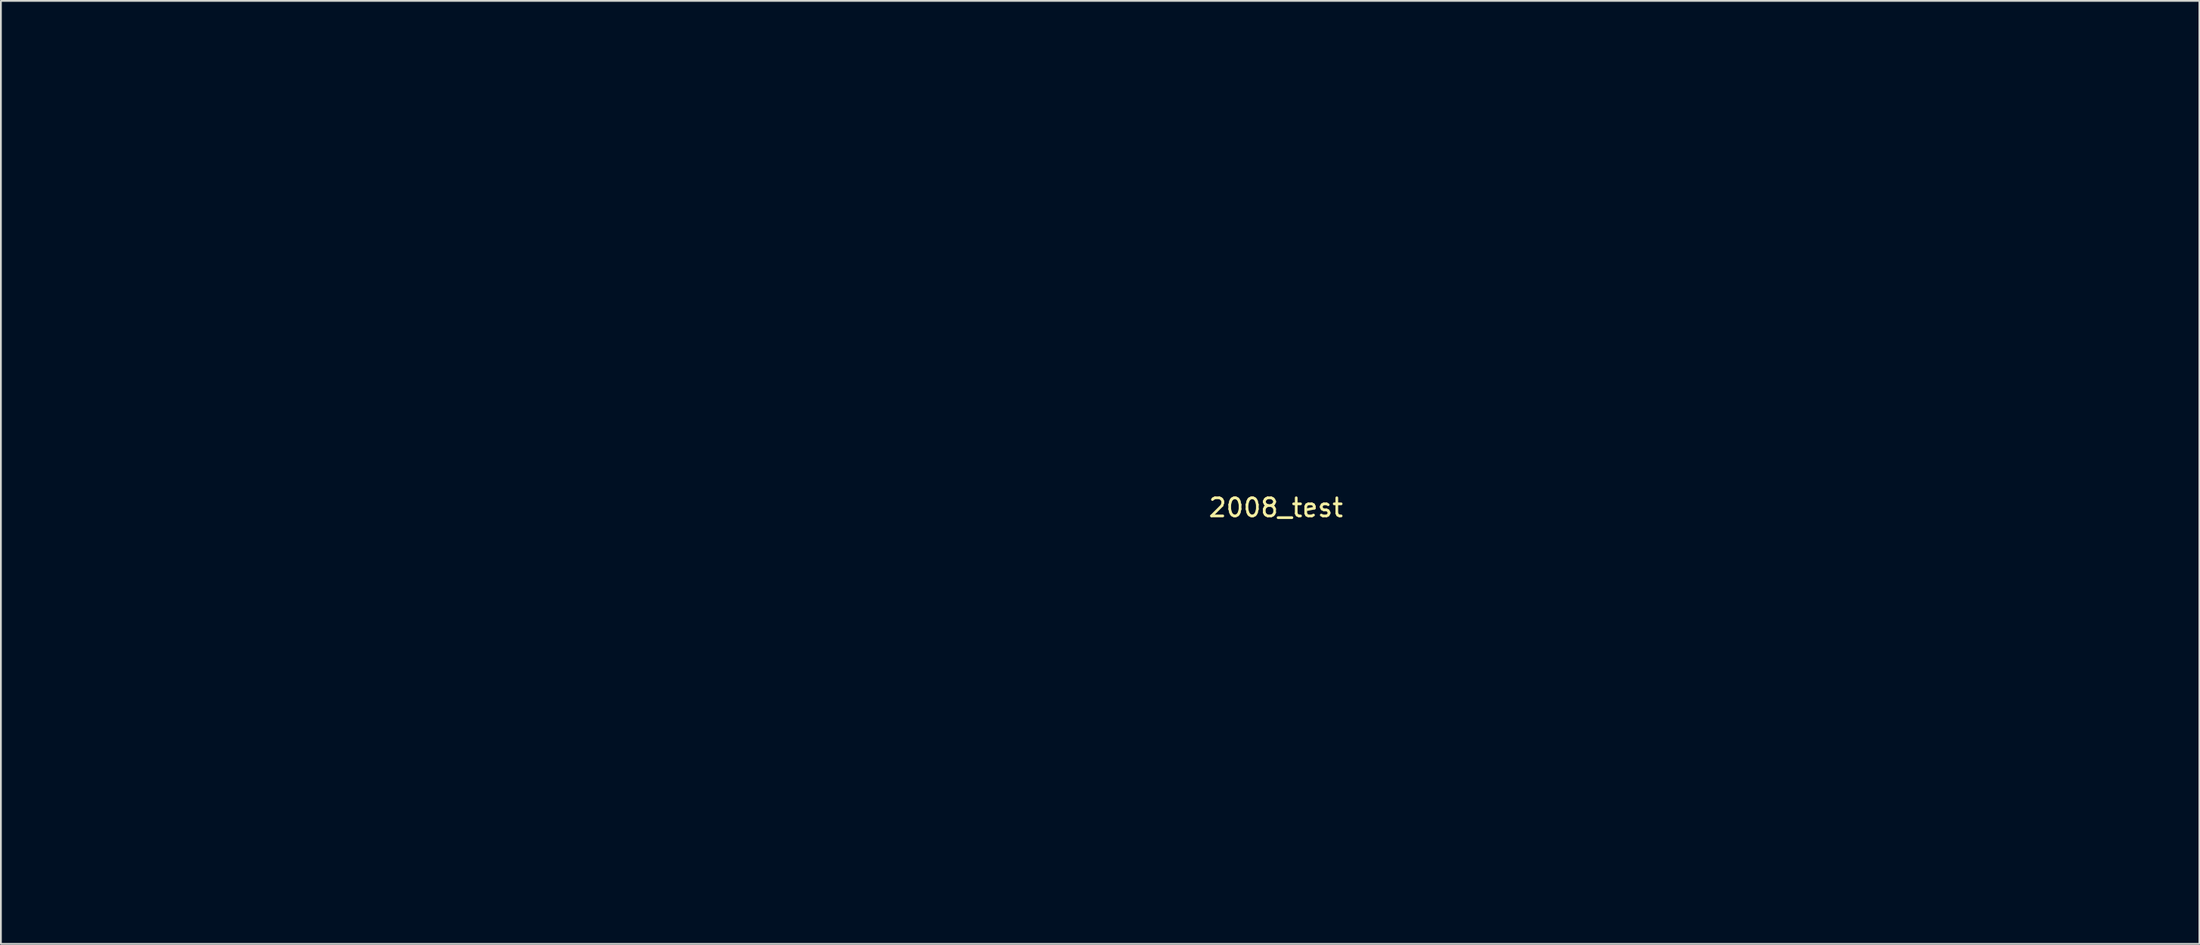
<source format=kicad_pcb>
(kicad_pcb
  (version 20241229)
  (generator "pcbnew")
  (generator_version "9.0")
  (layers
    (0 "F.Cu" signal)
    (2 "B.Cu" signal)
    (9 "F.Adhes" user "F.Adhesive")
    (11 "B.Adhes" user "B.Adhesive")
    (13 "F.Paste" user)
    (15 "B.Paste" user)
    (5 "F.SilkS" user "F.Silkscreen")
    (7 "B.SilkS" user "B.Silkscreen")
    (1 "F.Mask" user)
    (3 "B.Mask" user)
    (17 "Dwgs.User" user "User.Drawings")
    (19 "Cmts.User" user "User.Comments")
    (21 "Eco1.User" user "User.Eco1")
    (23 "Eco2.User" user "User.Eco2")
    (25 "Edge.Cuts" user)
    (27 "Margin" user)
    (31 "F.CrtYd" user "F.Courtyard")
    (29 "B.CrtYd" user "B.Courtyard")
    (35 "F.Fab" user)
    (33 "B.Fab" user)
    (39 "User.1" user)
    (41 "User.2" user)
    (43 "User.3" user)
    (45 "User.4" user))
  (footprint "2008_test"
    (layer "F.Cu")
    (at 67.291 24.451)
    (property "Reference" "2008_test" (at 0 0.5 0) (layer "F.SilkS") (effects (font (size 1 1) (thickness 0.15))))
    (attr through_hole)
    (fp_line (start -67.241 -8.291) (end -38.241 -10.791) (stroke (width 0.1) (type solid)) (layer "Eco2.User"))
    (fp_line (start -67.241 -7.291) (end -67.241 -8.291) (stroke (width 0.1) (type solid)) (layer "Eco2.User"))
    (fp_line (start -38.241 -10.791) (end -31.46 -14.719) (stroke (width 0.1) (type solid)) (layer "Eco2.User"))
    (fp_line (start -38.241 -4.791) (end -67.241 -7.291) (stroke (width 0.1) (type solid)) (layer "Eco2.User"))
    (fp_line (start -31.477 -0.277) (end -38.241 -4.791) (stroke (width 0.1) (type solid)) (layer "Eco2.User"))
    (fp_line (start -31.46 -14.719) (end -28.718 -24.401) (stroke (width 0.1) (type solid)) (layer "Eco2.User"))
    (fp_line (start -28.718 -24.401) (end -27.521 -24.401) (stroke (width 0.1) (type solid)) (layer "Eco2.User"))
    (fp_line (start -28.628 9.645) (end -31.477 -0.277) (stroke (width 0.1) (type solid)) (layer "Eco2.User"))
    (fp_line (start -27.521 -24.401) (end -24.241 -14.791) (stroke (width 0.1) (type solid)) (layer "Eco2.User"))
    (fp_line (start -27.252 9.645) (end -28.628 9.645) (stroke (width 0.1) (type solid)) (layer "Eco2.User"))
    (fp_line (start -24.241 -14.791) (end -17.741 -10.546) (stroke (width 0.1) (type solid)) (layer "Eco2.User"))
    (fp_line (start -24.241 -0.291) (end -27.252 9.645) (stroke (width 0.1) (type solid)) (layer "Eco2.User"))
    (fp_line (start -22.441 12.709) (end -22.441 13.309) (stroke (width 0.1) (type solid)) (layer "Eco2.User"))
    (fp_line (start -22.441 13.309) (end -12.441 15.109) (stroke (width 0.1) (type solid)) (layer "Eco2.User"))
    (fp_line (start -17.741 -10.546) (end 9.966 -8.199) (stroke (width 0.1) (type solid)) (layer "Eco2.User"))
    (fp_line (start -17.741 -4.791) (end -24.241 -0.291) (stroke (width 0.1) (type solid)) (layer "Eco2.User"))
    (fp_line (start -12.441 11.309) (end -22.441 12.709) (stroke (width 0.1) (type solid)) (layer "Eco2.User"))
    (fp_line (start -12.441 15.109) (end -10.141 17.009) (stroke (width 0.1) (type solid)) (layer "Eco2.User"))
    (fp_line (start -10.241 9.485) (end -12.441 11.309) (stroke (width 0.1) (type solid)) (layer "Eco2.User"))
    (fp_line (start -10.141 17.009) (end -8.841 21.509) (stroke (width 0.1) (type solid)) (layer "Eco2.User"))
    (fp_line (start -8.841 21.509) (end -8.041 21.509) (stroke (width 0.1) (type solid)) (layer "Eco2.User"))
    (fp_line (start -8.641 4.809) (end -10.241 9.485) (stroke (width 0.1) (type solid)) (layer "Eco2.User"))
    (fp_line (start -8.041 21.509) (end -6.641 17.009) (stroke (width 0.1) (type solid)) (layer "Eco2.User"))
    (fp_line (start -7.841 4.809) (end -8.641 4.809) (stroke (width 0.1) (type solid)) (layer "Eco2.User"))
    (fp_line (start -6.641 17.009) (end -4.441 14.909) (stroke (width 0.1) (type solid)) (layer "Eco2.User"))
    (fp_line (start -6.535 9.485) (end -7.841 4.809) (stroke (width 0.1) (type solid)) (layer "Eco2.User"))
    (fp_line (start -4.441 11.309) (end -6.535 9.485) (stroke (width 0.1) (type solid)) (layer "Eco2.User"))
    (fp_line (start -4.441 14.909) (end 8.559 13.409) (stroke (width 0.1) (type solid)) (layer "Eco2.User"))
    (fp_line (start -2.543 2.37) (end 5.759 1.209) (stroke (width 0.1) (type solid)) (layer "Eco2.User"))
    (fp_line (start -2.543 2.898) (end -2.543 2.37) (stroke (width 0.1) (type solid)) (layer "Eco2.User"))
    (fp_line (start 5.759 1.209) (end 7.217 0.077) (stroke (width 0.1) (type solid)) (layer "Eco2.User"))
    (fp_line (start 5.859 4.109) (end -2.543 2.898) (stroke (width 0.1) (type solid)) (layer "Eco2.User"))
    (fp_line (start 7.217 0.077) (end 8.559 -4.191) (stroke (width 0.1) (type solid)) (layer "Eco2.User"))
    (fp_line (start 7.459 5.409) (end 5.859 4.109) (stroke (width 0.1) (type solid)) (layer "Eco2.User"))
    (fp_line (start 8.559 -4.191) (end 9.159 -4.191) (stroke (width 0.1) (type solid)) (layer "Eco2.User"))
    (fp_line (start 8.559 8.909) (end 7.459 5.409) (stroke (width 0.1) (type solid)) (layer "Eco2.User"))
    (fp_line (start 8.559 12.909) (end -4.441 11.309) (stroke (width 0.1) (type solid)) (layer "Eco2.User"))
    (fp_line (start 8.559 13.409) (end 19.791 14.458) (stroke (width 0.1) (type solid)) (layer "Eco2.User"))
    (fp_line (start 9.159 -4.191) (end 10.459 0.077) (stroke (width 0.1) (type solid)) (layer "Eco2.User"))
    (fp_line (start 9.259 8.909) (end 8.559 8.909) (stroke (width 0.1) (type solid)) (layer "Eco2.User"))
    (fp_line (start 9.966 -8.199) (end 15.259 -8.199) (stroke (width 0.1) (type solid)) (layer "Eco2.User"))
    (fp_line (start 9.966 -7.199) (end -17.741 -4.791) (stroke (width 0.1) (type solid)) (layer "Eco2.User"))
    (fp_line (start 10.359 5.409) (end 9.259 8.909) (stroke (width 0.1) (type solid)) (layer "Eco2.User"))
    (fp_line (start 10.459 0.077) (end 12.146 1.309) (stroke (width 0.1) (type solid)) (layer "Eco2.User"))
    (fp_line (start 12.146 1.309) (end 19.466 2.05) (stroke (width 0.1) (type solid)) (layer "Eco2.User"))
    (fp_line (start 12.146 3.999) (end 10.359 5.409) (stroke (width 0.1) (type solid)) (layer "Eco2.User"))
    (fp_line (start 15.259 -8.199) (end 24.319 -8.791) (stroke (width 0.1) (type solid)) (layer "Eco2.User"))
    (fp_line (start 15.259 -7.199) (end 9.966 -7.199) (stroke (width 0.1) (type solid)) (layer "Eco2.User"))
    (fp_line (start 19.466 2.05) (end 21.583 2.166) (stroke (width 0.1) (type solid)) (layer "Eco2.User"))
    (fp_line (start 19.466 3.31) (end 12.146 3.999) (stroke (width 0.1) (type solid)) (layer "Eco2.User"))
    (fp_line (start 19.791 11.863) (end 8.559 12.909) (stroke (width 0.1) (type solid)) (layer "Eco2.User"))
    (fp_line (start 19.791 14.458) (end 21.492 15.28) (stroke (width 0.1) (type solid)) (layer "Eco2.User"))
    (fp_line (start 21.356 11.069) (end 19.791 11.863) (stroke (width 0.1) (type solid)) (layer "Eco2.User"))
    (fp_line (start 21.492 15.28) (end 22.631 18.956) (stroke (width 0.1) (type solid)) (layer "Eco2.User"))
    (fp_line (start 21.559 3.209) (end 19.466 3.31) (stroke (width 0.1) (type solid)) (layer "Eco2.User"))
    (fp_line (start 21.583 2.166) (end 23.74 2.166) (stroke (width 0.1) (type solid)) (layer "Eco2.User"))
    (fp_line (start 22.472 7.494) (end 21.356 11.069) (stroke (width 0.1) (type solid)) (layer "Eco2.User"))
    (fp_line (start 22.616 7.494) (end 22.472 7.494) (stroke (width 0.1) (type solid)) (layer "Eco2.User"))
    (fp_line (start 22.631 18.956) (end 23.366 18.927) (stroke (width 0.1) (type solid)) (layer "Eco2.User"))
    (fp_line (start 23.135 7.494) (end 22.616 7.494) (stroke (width 0.1) (type solid)) (layer "Eco2.User"))
    (fp_line (start 23.366 18.927) (end 24.505 15.28) (stroke (width 0.1) (type solid)) (layer "Eco2.User"))
    (fp_line (start 23.714 3.259) (end 21.559 3.209) (stroke (width 0.1) (type solid)) (layer "Eco2.User"))
    (fp_line (start 23.74 2.166) (end 31.559 1.571) (stroke (width 0.1) (type solid)) (layer "Eco2.User"))
    (fp_line (start 24.319 -8.791) (end 26.559 -10.391) (stroke (width 0.1) (type solid)) (layer "Eco2.User"))
    (fp_line (start 24.319 -6.566) (end 15.259 -7.199) (stroke (width 0.1) (type solid)) (layer "Eco2.User"))
    (fp_line (start 24.382 11.069) (end 23.135 7.494) (stroke (width 0.1) (type solid)) (layer "Eco2.User"))
    (fp_line (start 24.505 15.28) (end 25.586 14.602) (stroke (width 0.1) (type solid)) (layer "Eco2.User"))
    (fp_line (start 25.586 12.05) (end 24.382 11.069) (stroke (width 0.1) (type solid)) (layer "Eco2.User"))
    (fp_line (start 25.586 14.602) (end 37.019 14.025) (stroke (width 0.1) (type solid)) (layer "Eco2.User"))
    (fp_line (start 26.503 -4.851) (end 24.319 -6.566) (stroke (width 0.1) (type solid)) (layer "Eco2.User"))
    (fp_line (start 26.559 -10.391) (end 27.659 -13.591) (stroke (width 0.1) (type solid)) (layer "Eco2.User"))
    (fp_line (start 27.419 -1.987) (end 26.503 -4.851) (stroke (width 0.1) (type solid)) (layer "Eco2.User"))
    (fp_line (start 27.659 -13.591) (end 28.159 -13.591) (stroke (width 0.1) (type solid)) (layer "Eco2.User"))
    (fp_line (start 28.12 -1.987) (end 27.419 -1.987) (stroke (width 0.1) (type solid)) (layer "Eco2.User"))
    (fp_line (start 28.159 -13.591) (end 29.159 -10.391) (stroke (width 0.1) (type solid)) (layer "Eco2.User"))
    (fp_line (start 29.157 -4.851) (end 28.12 -1.987) (stroke (width 0.1) (type solid)) (layer "Eco2.User"))
    (fp_line (start 29.159 -10.391) (end 31.059 -8.891) (stroke (width 0.1) (type solid)) (layer "Eco2.User"))
    (fp_line (start 31.059 -8.891) (end 46.977 -8.031) (stroke (width 0.1) (type solid)) (layer "Eco2.User"))
    (fp_line (start 31.059 -6.391) (end 29.157 -4.851) (stroke (width 0.1) (type solid)) (layer "Eco2.User"))
    (fp_line (start 31.559 1.571) (end 33.059 0.409) (stroke (width 0.1) (type solid)) (layer "Eco2.User"))
    (fp_line (start 31.559 3.909) (end 23.714 3.259) (stroke (width 0.1) (type solid)) (layer "Eco2.User"))
    (fp_line (start 33.059 0.409) (end 34.159 -2.691) (stroke (width 0.1) (type solid)) (layer "Eco2.User"))
    (fp_line (start 33.059 4.909) (end 31.559 3.909) (stroke (width 0.1) (type solid)) (layer "Eco2.User"))
    (fp_line (start 34.159 -2.691) (end 34.625 -2.691) (stroke (width 0.1) (type solid)) (layer "Eco2.User"))
    (fp_line (start 34.259 8.009) (end 33.059 4.909) (stroke (width 0.1) (type solid)) (layer "Eco2.User"))
    (fp_line (start 34.625 -2.691) (end 35.759 0.209) (stroke (width 0.1) (type solid)) (layer "Eco2.User"))
    (fp_line (start 34.859 8.009) (end 34.259 8.009) (stroke (width 0.1) (type solid)) (layer "Eco2.User"))
    (fp_line (start 35.759 0.209) (end 37.359 1.309) (stroke (width 0.1) (type solid)) (layer "Eco2.User"))
    (fp_line (start 35.959 4.909) (end 34.859 8.009) (stroke (width 0.1) (type solid)) (layer "Eco2.User"))
    (fp_line (start 37.019 14.025) (end 37.768 12.857) (stroke (width 0.1) (type solid)) (layer "Eco2.User"))
    (fp_line (start 37.255 4.034) (end 35.959 4.909) (stroke (width 0.1) (type solid)) (layer "Eco2.User"))
    (fp_line (start 37.359 1.309) (end 47.859 2.109) (stroke (width 0.1) (type solid)) (layer "Eco2.User"))
    (fp_line (start 37.768 12.857) (end 25.586 12.05) (stroke (width 0.1) (type solid)) (layer "Eco2.User"))
    (fp_line (start 46.977 -8.031) (end 47.235 -7.108) (stroke (width 0.1) (type solid)) (layer "Eco2.User"))
    (fp_line (start 47.235 -7.108) (end 31.059 -6.391) (stroke (width 0.1) (type solid)) (layer "Eco2.User"))
    (fp_line (start 47.259 3.509) (end 37.255 4.034) (stroke (width 0.1) (type solid)) (layer "Eco2.User"))
    (fp_line (start 47.859 2.109) (end 47.259 3.509) (stroke (width 0.1) (type solid)) (layer "Eco2.User"))
    (fp_circle (center -39.141 -8.191) (end -40.891 -8.191) (stroke (width 0.1) (type solid)) (fill no) (layer "Eco2.User"))
    (fp_circle (center -30.007 -1.234) (end -31.257 -1.234) (stroke (width 0.1) (type solid)) (fill no) (layer "Eco2.User"))
    (fp_circle (center -29.352 -15.337) (end -30.852 -15.337) (stroke (width 0.1) (type solid)) (fill no) (layer "Eco2.User"))
    (fp_circle (center -20.456 -8.148) (end -22.206 -8.148) (stroke (width 0.1) (type solid)) (fill no) (layer "Eco2.User"))
    (fp_circle (center -9.441 13.659) (end -11.191 13.659) (stroke (width 0.1) (type solid)) (fill no) (layer "Eco2.User"))
    (fp_circle (center 8.585 2.84) (end 6.835 2.84) (stroke (width 0.1) (type solid)) (fill no) (layer "Eco2.User"))
    (fp_circle (center 22.632 14.063) (end 21.382 14.063) (stroke (width 0.1) (type solid)) (fill no) (layer "Eco2.User"))
    (fp_circle (center 28.359 -7.591) (end 26.609 -7.591) (stroke (width 0.1) (type solid)) (fill no) (layer "Eco2.User"))
    (fp_circle (center 34.905 3.186) (end 33.405 3.186) (stroke (width 0.1) (type solid)) (fill no) (layer "Eco2.User")))
  (gr_rect
    (start -3 -3)
    (end 118.2 49.011)
    (stroke (width 0.1) (type default))
    (fill no)
    (layer "Edge.Cuts")))
</source>
